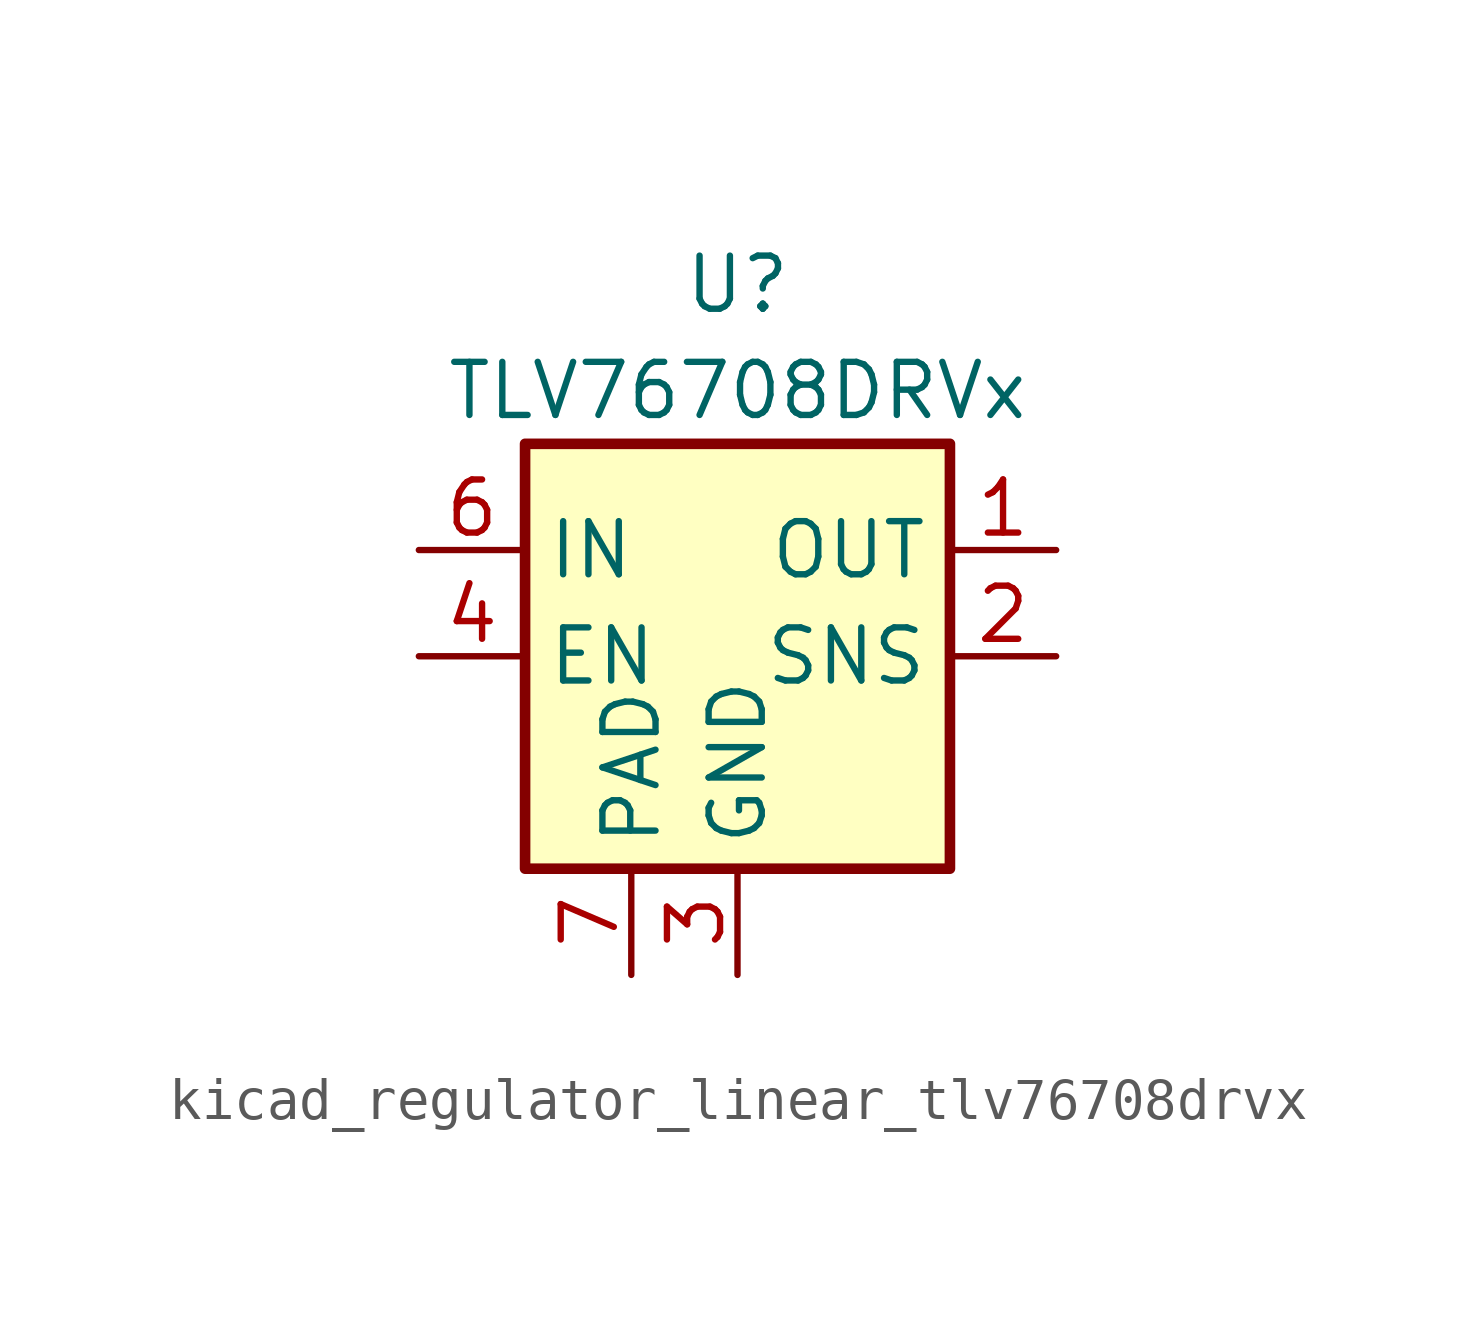
<source format=kicad_sym>
(kicad_symbol_lib
  (version 20220914)
  (generator kicad_symbol_editor)
  (symbol "kicad_regulator_linear_tlv76708drvx"
    (property "Reference" "U"
      (at 0 8.89 0)
      (effects (font (size 1.27 1.27))))
    (property "Value" "TLV76708DRVx"
      (at 0 6.35 0)
      (effects (font (size 1.27 1.27))))
    (symbol "kicad_regulator_linear_tlv76708drvx_0_1"
      (rectangle (start -5.08 -5.08) (end 5.08 5.08) (stroke (width 0.254) (type default)) (fill (type background))))
    (symbol "kicad_regulator_linear_tlv76708drvx_1_1"
      (pin power_out line (at 7.62 2.54 180) (length 2.54) (name "OUT" (effects (font (size 1.27 1.27)))) (number "1" (effects (font (size 1.27 1.27)))))
      (pin input line (at 7.62 0 180) (length 2.54) (name "SNS" (effects (font (size 1.27 1.27)))) (number "2" (effects (font (size 1.27 1.27)))))
      (pin power_in line (at 0 -7.62 90) (length 2.54) (name "GND" (effects (font (size 1.27 1.27)))) (number "3" (effects (font (size 1.27 1.27)))))
      (pin input line (at -7.62 0 0) (length 2.54) (name "EN" (effects (font (size 1.27 1.27)))) (number "4" (effects (font (size 1.27 1.27)))))
      (pin passive line (at 0 -7.62 90) (length 2.54) hide (name "GND" (effects (font (size 1.27 1.27)))) (number "5" (effects (font (size 1.27 1.27)))))
      (pin power_in line (at -7.62 2.54 0) (length 2.54) (name "IN" (effects (font (size 1.27 1.27)))) (number "6" (effects (font (size 1.27 1.27)))))
      (pin passive line (at -2.54 -7.62 90) (length 2.54) (name "PAD" (effects (font (size 1.27 1.27)))) (number "7" (effects (font (size 1.27 1.27))))))))
</source>
